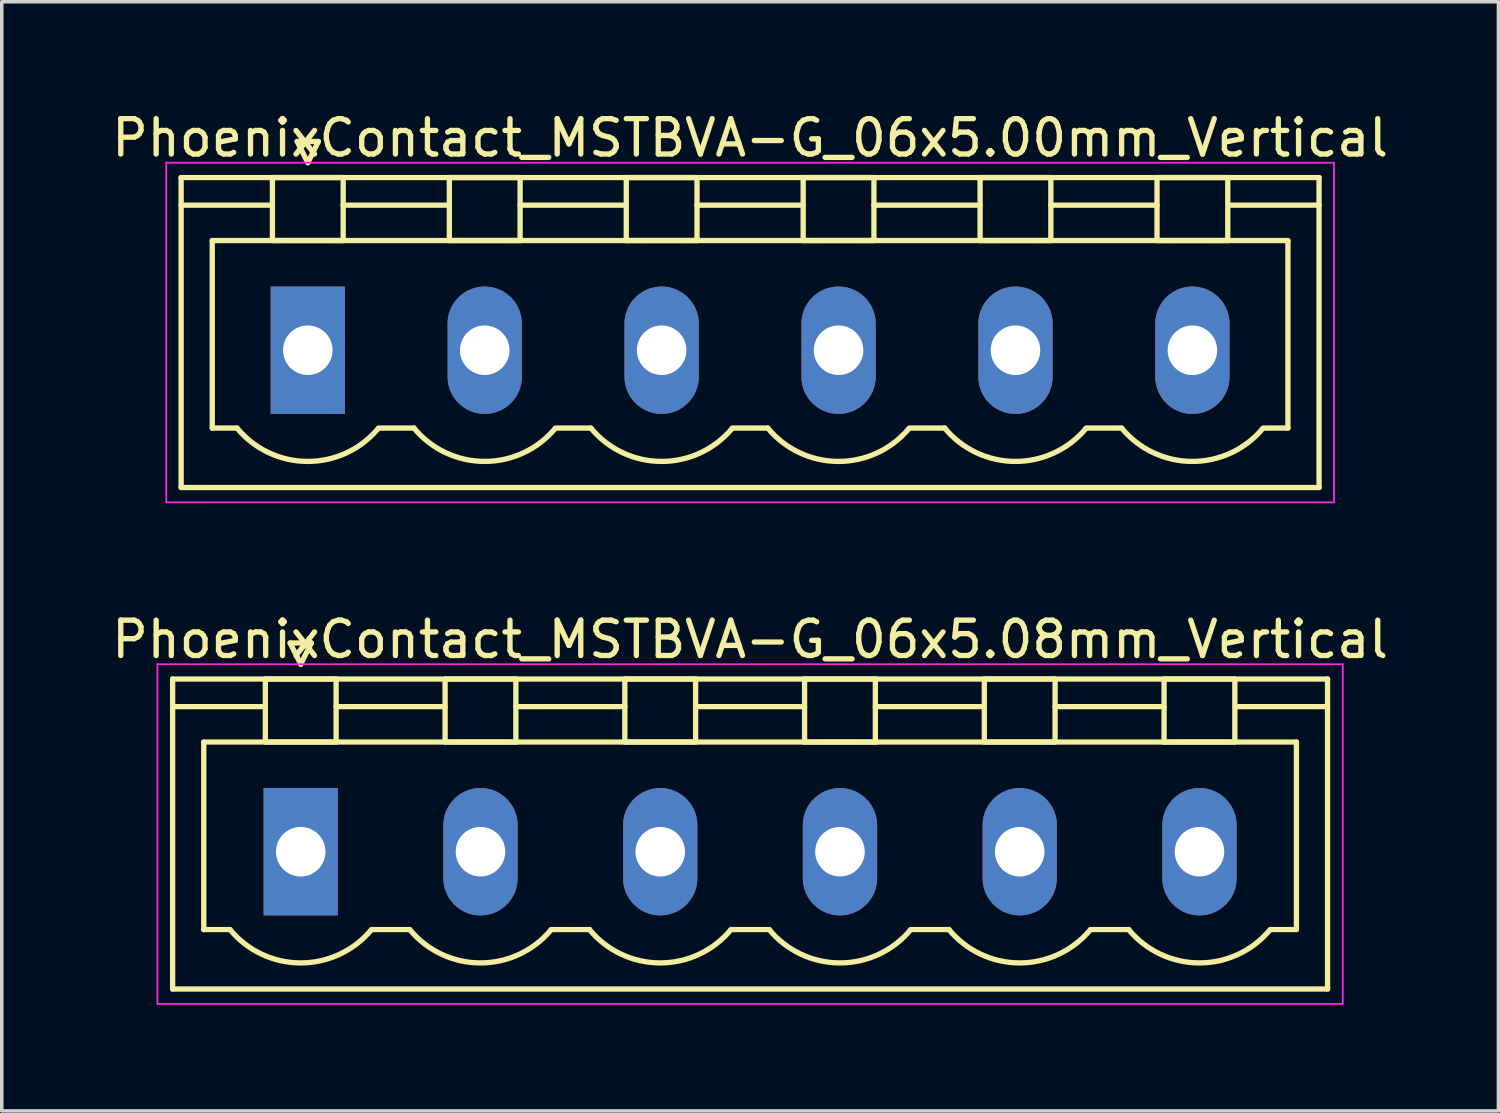
<source format=kicad_pcb>
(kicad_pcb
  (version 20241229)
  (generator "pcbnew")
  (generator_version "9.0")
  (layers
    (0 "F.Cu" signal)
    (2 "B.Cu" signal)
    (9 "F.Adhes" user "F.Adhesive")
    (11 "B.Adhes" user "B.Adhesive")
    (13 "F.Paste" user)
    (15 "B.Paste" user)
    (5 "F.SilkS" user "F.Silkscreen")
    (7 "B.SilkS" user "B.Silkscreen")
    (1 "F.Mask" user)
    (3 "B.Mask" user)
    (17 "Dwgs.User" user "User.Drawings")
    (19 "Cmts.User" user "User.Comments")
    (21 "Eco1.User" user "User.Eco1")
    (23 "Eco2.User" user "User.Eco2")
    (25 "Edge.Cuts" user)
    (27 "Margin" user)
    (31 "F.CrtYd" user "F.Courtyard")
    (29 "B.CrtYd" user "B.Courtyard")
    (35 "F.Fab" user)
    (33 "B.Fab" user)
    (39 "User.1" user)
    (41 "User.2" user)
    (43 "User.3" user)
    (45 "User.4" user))
  (footprint "PhoenixContact_MSTBVA-G_06x5.00mm_Vertical"
    (layer "F.Cu")
    (at 5.649 6.848)
    (property "Reference" "PhoenixContact_MSTBVA-G_06x5.00mm_Vertical" (at 12.5 -6 0) (layer "F.SilkS") (effects (font (size 1 1) (thickness 0.15))))
    (attr through_hole)
    (fp_line (start -3.58 -4.88) (end -3.58 3.88) (stroke (width 0.15) (type solid)) (layer "F.SilkS"))
    (fp_line (start -3.58 -4.1) (end -1.08 -4.1) (stroke (width 0.15) (type solid)) (layer "F.SilkS"))
    (fp_line (start -3.58 3.88) (end 28.58 3.88) (stroke (width 0.15) (type solid)) (layer "F.SilkS"))
    (fp_line (start -2.7 -3.1) (end 27.7 -3.1) (stroke (width 0.15) (type solid)) (layer "F.SilkS"))
    (fp_line (start -2.7 2.2) (end -2.7 -3.1) (stroke (width 0.15) (type solid)) (layer "F.SilkS"))
    (fp_line (start -2 2.2) (end -2.7 2.2) (stroke (width 0.15) (type solid)) (layer "F.SilkS"))
    (fp_line (start -1 -4.88) (end 1 -4.88) (stroke (width 0.15) (type solid)) (layer "F.SilkS"))
    (fp_line (start -1 -3.1) (end -1 -4.88) (stroke (width 0.15) (type solid)) (layer "F.SilkS"))
    (fp_line (start -0.3 -5.9) (end 0 -5.3) (stroke (width 0.15) (type solid)) (layer "F.SilkS"))
    (fp_line (start 0 -5.3) (end 0.3 -5.9) (stroke (width 0.15) (type solid)) (layer "F.SilkS"))
    (fp_line (start 0.3 -5.9) (end -0.3 -5.9) (stroke (width 0.15) (type solid)) (layer "F.SilkS"))
    (fp_line (start 1 -4.88) (end 1 -3.1) (stroke (width 0.15) (type solid)) (layer "F.SilkS"))
    (fp_line (start 1 -4.1) (end 4 -4.1) (stroke (width 0.15) (type solid)) (layer "F.SilkS"))
    (fp_line (start 1 -3.1) (end -1 -3.1) (stroke (width 0.15) (type solid)) (layer "F.SilkS"))
    (fp_line (start 2 2.2) (end 3 2.2) (stroke (width 0.15) (type solid)) (layer "F.SilkS"))
    (fp_line (start 4 -4.88) (end 6 -4.88) (stroke (width 0.15) (type solid)) (layer "F.SilkS"))
    (fp_line (start 4 -3.1) (end 4 -4.88) (stroke (width 0.15) (type solid)) (layer "F.SilkS"))
    (fp_line (start 6 -4.88) (end 6 -3.1) (stroke (width 0.15) (type solid)) (layer "F.SilkS"))
    (fp_line (start 6 -4.1) (end 9 -4.1) (stroke (width 0.15) (type solid)) (layer "F.SilkS"))
    (fp_line (start 6 -3.1) (end 4 -3.1) (stroke (width 0.15) (type solid)) (layer "F.SilkS"))
    (fp_line (start 7 2.2) (end 8 2.2) (stroke (width 0.15) (type solid)) (layer "F.SilkS"))
    (fp_line (start 9 -4.88) (end 11 -4.88) (stroke (width 0.15) (type solid)) (layer "F.SilkS"))
    (fp_line (start 9 -3.1) (end 9 -4.88) (stroke (width 0.15) (type solid)) (layer "F.SilkS"))
    (fp_line (start 11 -4.88) (end 11 -3.1) (stroke (width 0.15) (type solid)) (layer "F.SilkS"))
    (fp_line (start 11 -4.1) (end 14 -4.1) (stroke (width 0.15) (type solid)) (layer "F.SilkS"))
    (fp_line (start 11 -3.1) (end 9 -3.1) (stroke (width 0.15) (type solid)) (layer "F.SilkS"))
    (fp_line (start 12 2.2) (end 13 2.2) (stroke (width 0.15) (type solid)) (layer "F.SilkS"))
    (fp_line (start 14 -4.88) (end 16 -4.88) (stroke (width 0.15) (type solid)) (layer "F.SilkS"))
    (fp_line (start 14 -3.1) (end 14 -4.88) (stroke (width 0.15) (type solid)) (layer "F.SilkS"))
    (fp_line (start 16 -4.88) (end 16 -3.1) (stroke (width 0.15) (type solid)) (layer "F.SilkS"))
    (fp_line (start 16 -4.1) (end 19 -4.1) (stroke (width 0.15) (type solid)) (layer "F.SilkS"))
    (fp_line (start 16 -3.1) (end 14 -3.1) (stroke (width 0.15) (type solid)) (layer "F.SilkS"))
    (fp_line (start 17 2.2) (end 18 2.2) (stroke (width 0.15) (type solid)) (layer "F.SilkS"))
    (fp_line (start 19 -4.88) (end 21 -4.88) (stroke (width 0.15) (type solid)) (layer "F.SilkS"))
    (fp_line (start 19 -3.1) (end 19 -4.88) (stroke (width 0.15) (type solid)) (layer "F.SilkS"))
    (fp_line (start 21 -4.88) (end 21 -3.1) (stroke (width 0.15) (type solid)) (layer "F.SilkS"))
    (fp_line (start 21 -4.1) (end 24 -4.1) (stroke (width 0.15) (type solid)) (layer "F.SilkS"))
    (fp_line (start 21 -3.1) (end 19 -3.1) (stroke (width 0.15) (type solid)) (layer "F.SilkS"))
    (fp_line (start 22 2.2) (end 23 2.2) (stroke (width 0.15) (type solid)) (layer "F.SilkS"))
    (fp_line (start 24 -4.88) (end 26 -4.88) (stroke (width 0.15) (type solid)) (layer "F.SilkS"))
    (fp_line (start 24 -3.1) (end 24 -4.88) (stroke (width 0.15) (type solid)) (layer "F.SilkS"))
    (fp_line (start 26 -4.88) (end 26 -3.1) (stroke (width 0.15) (type solid)) (layer "F.SilkS"))
    (fp_line (start 26 -3.1) (end 24 -3.1) (stroke (width 0.15) (type solid)) (layer "F.SilkS"))
    (fp_line (start 27.7 -3.1) (end 27.7 2.2) (stroke (width 0.15) (type solid)) (layer "F.SilkS"))
    (fp_line (start 27.7 2.2) (end 27 2.2) (stroke (width 0.15) (type solid)) (layer "F.SilkS"))
    (fp_line (start 28.58 -4.88) (end -3.58 -4.88) (stroke (width 0.15) (type solid)) (layer "F.SilkS"))
    (fp_line (start 28.58 -4.1) (end 26.08 -4.1) (stroke (width 0.15) (type solid)) (layer "F.SilkS"))
    (fp_line (start 28.58 3.88) (end 28.58 -4.88) (stroke (width 0.15) (type solid)) (layer "F.SilkS"))
    (fp_arc (start 1.986842 2.215821) (mid -0.010289 3.142758) (end -2 2.2) (stroke (width 0.15) (type solid)) (layer "F.SilkS"))
    (fp_arc (start 6.986842 2.215821) (mid 4.989711 3.142758) (end 3 2.2) (stroke (width 0.15) (type solid)) (layer "F.SilkS"))
    (fp_arc (start 11.986842 2.215821) (mid 9.989711 3.142758) (end 8 2.2) (stroke (width 0.15) (type solid)) (layer "F.SilkS"))
    (fp_arc (start 16.986842 2.215821) (mid 14.989711 3.142758) (end 13 2.2) (stroke (width 0.15) (type solid)) (layer "F.SilkS"))
    (fp_arc (start 21.986842 2.215821) (mid 19.989711 3.142758) (end 18 2.2) (stroke (width 0.15) (type solid)) (layer "F.SilkS"))
    (fp_arc (start 26.986842 2.215821) (mid 24.989711 3.142758) (end 23 2.2) (stroke (width 0.15) (type solid)) (layer "F.SilkS"))
    (fp_line (start -4 -5.3) (end -4 4.3) (stroke (width 0.05) (type solid)) (layer "F.CrtYd"))
    (fp_line (start -4 4.3) (end 29 4.3) (stroke (width 0.05) (type solid)) (layer "F.CrtYd"))
    (fp_line (start 29 -5.3) (end -4 -5.3) (stroke (width 0.05) (type solid)) (layer "F.CrtYd"))
    (fp_line (start 29 4.3) (end 29 -5.3) (stroke (width 0.05) (type solid)) (layer "F.CrtYd"))
    (pad "1" thru_hole rect (at 0 0) (size 2.1 3.6) (drill 1.4) (layers "*.Cu" "*.Mask"))
    (pad "2" thru_hole oval (at 5 0) (size 2.1 3.6) (drill 1.4) (layers "*.Cu" "*.Mask"))
    (pad "3" thru_hole oval (at 10 0) (size 2.1 3.6) (drill 1.4) (layers "*.Cu" "*.Mask"))
    (pad "4" thru_hole oval (at 15 0) (size 2.1 3.6) (drill 1.4) (layers "*.Cu" "*.Mask"))
    (pad "5" thru_hole oval (at 20 0) (size 2.1 3.6) (drill 1.4) (layers "*.Cu" "*.Mask"))
    (pad "6" thru_hole oval (at 25 0) (size 2.1 3.6) (drill 1.4) (layers "*.Cu" "*.Mask")))
  (footprint "PhoenixContact_MSTBVA-G_06x5.08mm_Vertical"
    (layer "F.Cu")
    (at 5.449 21.021)
    (property "Reference" "PhoenixContact_MSTBVA-G_06x5.08mm_Vertical" (at 12.7 -6 0) (layer "F.SilkS") (effects (font (size 1 1) (thickness 0.15))))
    (attr through_hole)
    (fp_line (start -3.62 -4.88) (end -3.62 3.88) (stroke (width 0.15) (type solid)) (layer "F.SilkS"))
    (fp_line (start -3.62 -4.1) (end -1.08 -4.1) (stroke (width 0.15) (type solid)) (layer "F.SilkS"))
    (fp_line (start -3.62 3.88) (end 29.02 3.88) (stroke (width 0.15) (type solid)) (layer "F.SilkS"))
    (fp_line (start -2.74 -3.1) (end 28.14 -3.1) (stroke (width 0.15) (type solid)) (layer "F.SilkS"))
    (fp_line (start -2.74 2.2) (end -2.74 -3.1) (stroke (width 0.15) (type solid)) (layer "F.SilkS"))
    (fp_line (start -2 2.2) (end -2.74 2.2) (stroke (width 0.15) (type solid)) (layer "F.SilkS"))
    (fp_line (start -1 -4.88) (end 1 -4.88) (stroke (width 0.15) (type solid)) (layer "F.SilkS"))
    (fp_line (start -1 -3.1) (end -1 -4.88) (stroke (width 0.15) (type solid)) (layer "F.SilkS"))
    (fp_line (start -0.3 -5.9) (end 0 -5.3) (stroke (width 0.15) (type solid)) (layer "F.SilkS"))
    (fp_line (start 0 -5.3) (end 0.3 -5.9) (stroke (width 0.15) (type solid)) (layer "F.SilkS"))
    (fp_line (start 0.3 -5.9) (end -0.3 -5.9) (stroke (width 0.15) (type solid)) (layer "F.SilkS"))
    (fp_line (start 1 -4.88) (end 1 -3.1) (stroke (width 0.15) (type solid)) (layer "F.SilkS"))
    (fp_line (start 1 -4.1) (end 4.08 -4.1) (stroke (width 0.15) (type solid)) (layer "F.SilkS"))
    (fp_line (start 1 -3.1) (end -1 -3.1) (stroke (width 0.15) (type solid)) (layer "F.SilkS"))
    (fp_line (start 2 2.2) (end 3.08 2.2) (stroke (width 0.15) (type solid)) (layer "F.SilkS"))
    (fp_line (start 4.08 -4.88) (end 6.08 -4.88) (stroke (width 0.15) (type solid)) (layer "F.SilkS"))
    (fp_line (start 4.08 -3.1) (end 4.08 -4.88) (stroke (width 0.15) (type solid)) (layer "F.SilkS"))
    (fp_line (start 6.08 -4.88) (end 6.08 -3.1) (stroke (width 0.15) (type solid)) (layer "F.SilkS"))
    (fp_line (start 6.08 -4.1) (end 9.16 -4.1) (stroke (width 0.15) (type solid)) (layer "F.SilkS"))
    (fp_line (start 6.08 -3.1) (end 4.08 -3.1) (stroke (width 0.15) (type solid)) (layer "F.SilkS"))
    (fp_line (start 7.08 2.2) (end 8.16 2.2) (stroke (width 0.15) (type solid)) (layer "F.SilkS"))
    (fp_line (start 9.16 -4.88) (end 11.16 -4.88) (stroke (width 0.15) (type solid)) (layer "F.SilkS"))
    (fp_line (start 9.16 -3.1) (end 9.16 -4.88) (stroke (width 0.15) (type solid)) (layer "F.SilkS"))
    (fp_line (start 11.16 -4.88) (end 11.16 -3.1) (stroke (width 0.15) (type solid)) (layer "F.SilkS"))
    (fp_line (start 11.16 -4.1) (end 14.24 -4.1) (stroke (width 0.15) (type solid)) (layer "F.SilkS"))
    (fp_line (start 11.16 -3.1) (end 9.16 -3.1) (stroke (width 0.15) (type solid)) (layer "F.SilkS"))
    (fp_line (start 12.16 2.2) (end 13.24 2.2) (stroke (width 0.15) (type solid)) (layer "F.SilkS"))
    (fp_line (start 14.24 -4.88) (end 16.24 -4.88) (stroke (width 0.15) (type solid)) (layer "F.SilkS"))
    (fp_line (start 14.24 -3.1) (end 14.24 -4.88) (stroke (width 0.15) (type solid)) (layer "F.SilkS"))
    (fp_line (start 16.24 -4.88) (end 16.24 -3.1) (stroke (width 0.15) (type solid)) (layer "F.SilkS"))
    (fp_line (start 16.24 -4.1) (end 19.32 -4.1) (stroke (width 0.15) (type solid)) (layer "F.SilkS"))
    (fp_line (start 16.24 -3.1) (end 14.24 -3.1) (stroke (width 0.15) (type solid)) (layer "F.SilkS"))
    (fp_line (start 17.24 2.2) (end 18.32 2.2) (stroke (width 0.15) (type solid)) (layer "F.SilkS"))
    (fp_line (start 19.32 -4.88) (end 21.32 -4.88) (stroke (width 0.15) (type solid)) (layer "F.SilkS"))
    (fp_line (start 19.32 -3.1) (end 19.32 -4.88) (stroke (width 0.15) (type solid)) (layer "F.SilkS"))
    (fp_line (start 21.32 -4.88) (end 21.32 -3.1) (stroke (width 0.15) (type solid)) (layer "F.SilkS"))
    (fp_line (start 21.32 -4.1) (end 24.4 -4.1) (stroke (width 0.15) (type solid)) (layer "F.SilkS"))
    (fp_line (start 21.32 -3.1) (end 19.32 -3.1) (stroke (width 0.15) (type solid)) (layer "F.SilkS"))
    (fp_line (start 22.32 2.2) (end 23.4 2.2) (stroke (width 0.15) (type solid)) (layer "F.SilkS"))
    (fp_line (start 24.4 -4.88) (end 26.4 -4.88) (stroke (width 0.15) (type solid)) (layer "F.SilkS"))
    (fp_line (start 24.4 -3.1) (end 24.4 -4.88) (stroke (width 0.15) (type solid)) (layer "F.SilkS"))
    (fp_line (start 26.4 -4.88) (end 26.4 -3.1) (stroke (width 0.15) (type solid)) (layer "F.SilkS"))
    (fp_line (start 26.4 -3.1) (end 24.4 -3.1) (stroke (width 0.15) (type solid)) (layer "F.SilkS"))
    (fp_line (start 28.14 -3.1) (end 28.14 2.2) (stroke (width 0.15) (type solid)) (layer "F.SilkS"))
    (fp_line (start 28.14 2.2) (end 27.4 2.2) (stroke (width 0.15) (type solid)) (layer "F.SilkS"))
    (fp_line (start 29.02 -4.88) (end -3.62 -4.88) (stroke (width 0.15) (type solid)) (layer "F.SilkS"))
    (fp_line (start 29.02 -4.1) (end 26.48 -4.1) (stroke (width 0.15) (type solid)) (layer "F.SilkS"))
    (fp_line (start 29.02 3.88) (end 29.02 -4.88) (stroke (width 0.15) (type solid)) (layer "F.SilkS"))
    (fp_arc (start 1.986842 2.215821) (mid -0.010289 3.142758) (end -2 2.2) (stroke (width 0.15) (type solid)) (layer "F.SilkS"))
    (fp_arc (start 7.066842 2.215821) (mid 5.069711 3.142758) (end 3.08 2.2) (stroke (width 0.15) (type solid)) (layer "F.SilkS"))
    (fp_arc (start 12.146842 2.215821) (mid 10.149711 3.142758) (end 8.16 2.2) (stroke (width 0.15) (type solid)) (layer "F.SilkS"))
    (fp_arc (start 17.226842 2.215821) (mid 15.229711 3.142758) (end 13.24 2.2) (stroke (width 0.15) (type solid)) (layer "F.SilkS"))
    (fp_arc (start 22.306842 2.215821) (mid 20.309711 3.142758) (end 18.32 2.2) (stroke (width 0.15) (type solid)) (layer "F.SilkS"))
    (fp_arc (start 27.386842 2.215821) (mid 25.389711 3.142758) (end 23.4 2.2) (stroke (width 0.15) (type solid)) (layer "F.SilkS"))
    (fp_line (start -4.05 -5.3) (end -4.05 4.3) (stroke (width 0.05) (type solid)) (layer "F.CrtYd"))
    (fp_line (start -4.05 4.3) (end 29.45 4.3) (stroke (width 0.05) (type solid)) (layer "F.CrtYd"))
    (fp_line (start 29.45 -5.3) (end -4.05 -5.3) (stroke (width 0.05) (type solid)) (layer "F.CrtYd"))
    (fp_line (start 29.45 4.3) (end 29.45 -5.3) (stroke (width 0.05) (type solid)) (layer "F.CrtYd"))
    (pad "1" thru_hole rect (at 0 0) (size 2.1 3.6) (drill 1.4) (layers "*.Cu" "*.Mask"))
    (pad "2" thru_hole oval (at 5.08 0) (size 2.1 3.6) (drill 1.4) (layers "*.Cu" "*.Mask"))
    (pad "3" thru_hole oval (at 10.16 0) (size 2.1 3.6) (drill 1.4) (layers "*.Cu" "*.Mask"))
    (pad "4" thru_hole oval (at 15.24 0) (size 2.1 3.6) (drill 1.4) (layers "*.Cu" "*.Mask"))
    (pad "5" thru_hole oval (at 20.32 0) (size 2.1 3.6) (drill 1.4) (layers "*.Cu" "*.Mask"))
    (pad "6" thru_hole oval (at 25.4 0) (size 2.1 3.6) (drill 1.4) (layers "*.Cu" "*.Mask")))
  (gr_rect
    (start -3 -3)
    (end 39.298 28.346)
    (stroke (width 0.1) (type default))
    (fill no)
    (layer "Edge.Cuts")))
</source>
